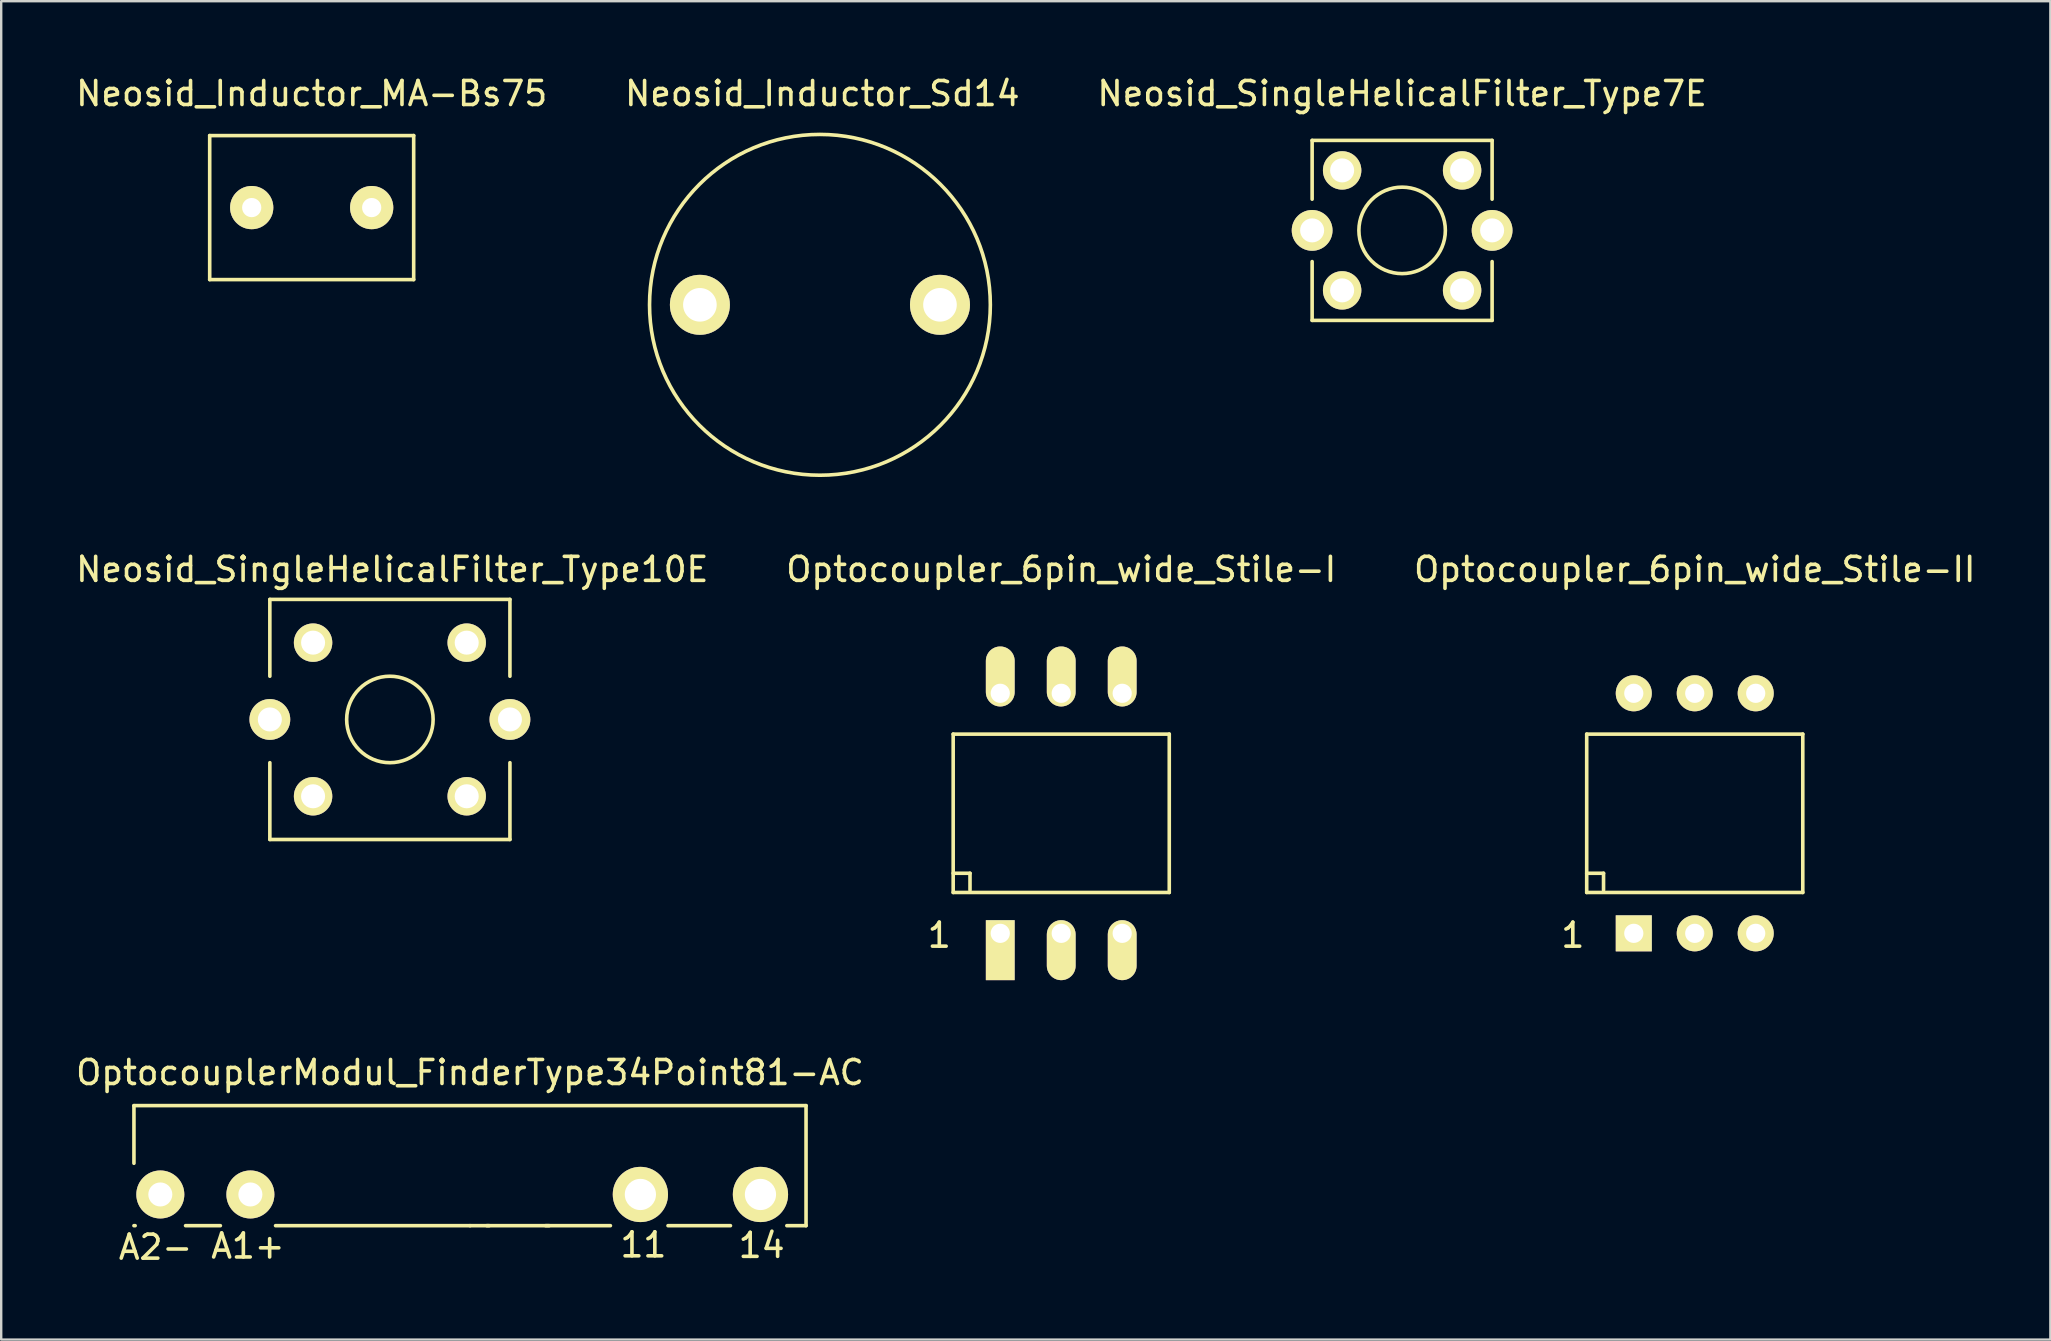
<source format=kicad_pcb>
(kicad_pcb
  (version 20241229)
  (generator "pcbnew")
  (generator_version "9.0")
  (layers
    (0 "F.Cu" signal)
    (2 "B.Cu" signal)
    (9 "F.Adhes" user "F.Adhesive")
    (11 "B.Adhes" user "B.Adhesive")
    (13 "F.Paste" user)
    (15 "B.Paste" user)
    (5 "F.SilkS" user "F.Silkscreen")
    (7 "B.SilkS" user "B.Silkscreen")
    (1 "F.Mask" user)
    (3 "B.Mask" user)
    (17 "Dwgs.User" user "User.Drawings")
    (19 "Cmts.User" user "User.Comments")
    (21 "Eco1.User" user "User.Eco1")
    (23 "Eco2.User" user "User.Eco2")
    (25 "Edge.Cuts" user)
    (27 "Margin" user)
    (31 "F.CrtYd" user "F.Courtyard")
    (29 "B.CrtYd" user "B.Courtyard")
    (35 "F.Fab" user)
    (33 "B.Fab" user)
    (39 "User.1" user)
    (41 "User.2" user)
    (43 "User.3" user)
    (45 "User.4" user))
  (footprint "Neosid_Inductor_MA-Bs75"
    (layer "F.Cu")
    (at 9.935 5.598)
    (property "Reference" "Neosid_Inductor_MA-Bs75" (at 0 -4.75 0) (layer "F.SilkS") (effects (font (size 1 1) (thickness 0.15))))
    (attr through_hole)
    (fp_line (start -4.249 -3) (end -4.249 3) (stroke (width 0.15) (type solid)) (layer "F.SilkS"))
    (fp_line (start -4.249 3) (end 4.249 3) (stroke (width 0.15) (type solid)) (layer "F.SilkS"))
    (fp_line (start 4.249 -3) (end -4.249 -3) (stroke (width 0.15) (type solid)) (layer "F.SilkS"))
    (fp_line (start 4.249 3) (end 4.249 -3) (stroke (width 0.15) (type solid)) (layer "F.SilkS"))
    (pad "1" thru_hole circle (at -2.499 0 180) (size 1.801 1.801) (drill 0.8) (layers "*.Cu" "*.Mask" "F.SilkS"))
    (pad "2" thru_hole circle (at 2.499 0 180) (size 1.801 1.801) (drill 0.8) (layers "*.Cu" "*.Mask" "F.SilkS")))
  (footprint "Optocoupler_6pin_wide_Stile-I"
    (layer "F.Cu")
    (at 41.161 30.832)
    (property "Reference" "Optocoupler_6pin_wide_Stile-I" (at 0 -10.16 0) (layer "F.SilkS") (effects (font (size 1 1) (thickness 0.15))))
    (attr through_hole)
    (fp_line (start -4.501 -3.299) (end 4.501 -3.299) (stroke (width 0.15) (type solid)) (layer "F.SilkS"))
    (fp_line (start -4.501 2.499) (end -3.8 2.499) (stroke (width 0.15) (type solid)) (layer "F.SilkS"))
    (fp_line (start -4.501 3.299) (end -4.501 -3.299) (stroke (width 0.15) (type solid)) (layer "F.SilkS"))
    (fp_line (start -3.8 2.499) (end -3.8 3.2) (stroke (width 0.15) (type solid)) (layer "F.SilkS"))
    (fp_line (start 4.501 -3.299) (end 4.501 3.299) (stroke (width 0.15) (type solid)) (layer "F.SilkS"))
    (fp_line (start 4.501 3.299) (end -4.501 3.299) (stroke (width 0.15) (type solid)) (layer "F.SilkS"))
    (fp_text user "1" (at -5.08 5.08 0) (layer "F.SilkS") (effects (font (size 1 1) (thickness 0.15))))
    (pad "1" thru_hole rect (at -2.54 5.001) (size 1.199 2.499) (drill 0.8 (offset 0 0.701)) (layers "*.Cu" "*.Mask" "F.SilkS"))
    (pad "2" thru_hole oval (at 0 5.001) (size 1.199 2.499) (drill 0.8 (offset 0 0.701)) (layers "*.Cu" "*.Mask" "F.SilkS"))
    (pad "3" thru_hole oval (at 2.54 5.001) (size 1.199 2.499) (drill 0.8 (offset 0 0.701)) (layers "*.Cu" "*.Mask" "F.SilkS"))
    (pad "4" thru_hole oval (at 2.54 -4.999) (size 1.199 2.499) (drill 0.8 (offset 0 -0.701)) (layers "*.Cu" "*.Mask" "F.SilkS"))
    (pad "5" thru_hole oval (at 0 -4.999) (size 1.199 2.499) (drill 0.8 (offset 0 -0.701)) (layers "*.Cu" "*.Mask" "F.SilkS"))
    (pad "6" thru_hole oval (at -2.54 -4.999) (size 1.199 2.499) (drill 0.8 (offset 0 -0.701)) (layers "*.Cu" "*.Mask" "F.SilkS")))
  (footprint "Optocoupler_6pin_wide_Stile-II"
    (layer "F.Cu")
    (at 67.554 30.832)
    (property "Reference" "Optocoupler_6pin_wide_Stile-II" (at 0 -10.16 0) (layer "F.SilkS") (effects (font (size 1 1) (thickness 0.15))))
    (attr through_hole)
    (fp_line (start -4.501 -3.299) (end 4.501 -3.299) (stroke (width 0.15) (type solid)) (layer "F.SilkS"))
    (fp_line (start -4.501 2.499) (end -3.8 2.499) (stroke (width 0.15) (type solid)) (layer "F.SilkS"))
    (fp_line (start -4.501 3.299) (end -4.501 -3.299) (stroke (width 0.15) (type solid)) (layer "F.SilkS"))
    (fp_line (start -3.8 2.499) (end -3.8 3.2) (stroke (width 0.15) (type solid)) (layer "F.SilkS"))
    (fp_line (start 4.501 -3.299) (end 4.501 3.299) (stroke (width 0.15) (type solid)) (layer "F.SilkS"))
    (fp_line (start 4.501 3.299) (end -4.501 3.299) (stroke (width 0.15) (type solid)) (layer "F.SilkS"))
    (fp_text user "1" (at -5.08 5.08 0) (layer "F.SilkS") (effects (font (size 1 1) (thickness 0.15))))
    (pad "1" thru_hole rect (at -2.54 5.001) (size 1.501 1.501) (drill 0.8) (layers "*.Cu" "*.Mask" "F.SilkS"))
    (pad "2" thru_hole circle (at 0 5.001) (size 1.501 1.501) (drill 0.8) (layers "*.Cu" "*.Mask" "F.SilkS"))
    (pad "3" thru_hole circle (at 2.54 5.001) (size 1.501 1.501) (drill 0.8) (layers "*.Cu" "*.Mask" "F.SilkS"))
    (pad "4" thru_hole circle (at 2.54 -4.999) (size 1.501 1.501) (drill 0.8) (layers "*.Cu" "*.Mask" "F.SilkS"))
    (pad "5" thru_hole circle (at 0 -4.999) (size 1.501 1.501) (drill 0.8) (layers "*.Cu" "*.Mask" "F.SilkS"))
    (pad "6" thru_hole circle (at -2.54 -4.999) (size 1.501 1.501) (drill 0.8) (layers "*.Cu" "*.Mask" "F.SilkS")))
  (footprint "Neosid_Inductor_Sd14"
    (layer "F.Cu")
    (at 31.109 9.649)
    (property "Reference" "Neosid_Inductor_Sd14" (at 0.099 -8.801 0) (layer "F.SilkS") (effects (font (size 1 1) (thickness 0.15))))
    (attr through_hole)
    (fp_circle (center 0 0) (end 7.099 0) (stroke (width 0.15) (type solid)) (fill no) (layer "F.SilkS"))
    (pad "1" thru_hole circle (at -5.001 0) (size 2.499 2.499) (drill 1.4) (layers "*.Cu" "*.Mask" "F.SilkS"))
    (pad "2" thru_hole circle (at 5.001 0) (size 2.499 2.499) (drill 1.4) (layers "*.Cu" "*.Mask" "F.SilkS")))
  (footprint "OptocouplerModul_FinderType34Point81-AC"
    (layer "F.Cu")
    (at 16.53 46.712)
    (property "Reference" "OptocouplerModul_FinderType34Point81-AC" (at 0 -5.08 0) (layer "F.SilkS") (effects (font (size 1 1) (thickness 0.15))))
    (attr through_hole)
    (fp_line (start -14 -3.701) (end -14 -1.3) (stroke (width 0.15) (type solid)) (layer "F.SilkS"))
    (fp_line (start -14 1.3) (end -13.95 1.3) (stroke (width 0.15) (type solid)) (layer "F.SilkS"))
    (fp_line (start -11.849 1.3) (end -10.399 1.3) (stroke (width 0.15) (type solid)) (layer "F.SilkS"))
    (fp_line (start -8.1 1.3) (end 0 1.3) (stroke (width 0.15) (type solid)) (layer "F.SilkS"))
    (fp_line (start 0 1.3) (end 0.8 1.3) (stroke (width 0.15) (type solid)) (layer "F.SilkS"))
    (fp_line (start 3.15 1.3) (end 5.85 1.3) (stroke (width 0.15) (type solid)) (layer "F.SilkS"))
    (fp_line (start 3.299 1.3) (end 0.701 1.3) (stroke (width 0.15) (type solid)) (layer "F.SilkS"))
    (fp_line (start 8.25 1.3) (end 10.851 1.3) (stroke (width 0.15) (type solid)) (layer "F.SilkS"))
    (fp_line (start 13.2 1.3) (end 14 1.3) (stroke (width 0.15) (type solid)) (layer "F.SilkS"))
    (fp_line (start 14 -3.701) (end -14 -3.701) (stroke (width 0.15) (type solid)) (layer "F.SilkS"))
    (fp_line (start 14 1.3) (end 14 -3.701) (stroke (width 0.15) (type solid)) (layer "F.SilkS"))
    (fp_text user "14" (at 12.149 2.123 0) (layer "F.SilkS") (effects (font (size 1 1) (thickness 0.15))))
    (fp_text user "11" (at 7.224 2.101 0) (layer "F.SilkS") (effects (font (size 1 1) (thickness 0.15))))
    (fp_text user "A2-" (at -13.101 2.197 0) (layer "F.SilkS") (effects (font (size 1 1) (thickness 0.15))))
    (fp_text user "A1+" (at -9.251 2.149 0) (layer "F.SilkS") (effects (font (size 1 1) (thickness 0.15))))
    (pad "11" thru_hole circle (at 7.099 0) (size 2.301 2.301) (drill 1.3) (layers "*.Cu" "*.Mask" "F.SilkS"))
    (pad "14" thru_hole circle (at 12.101 0) (size 2.301 2.301) (drill 1.3) (layers "*.Cu" "*.Mask" "F.SilkS"))
    (pad "A1" thru_hole circle (at -9.149 0) (size 1.999 1.999) (drill 1.001) (layers "*.Cu" "*.Mask" "F.SilkS"))
    (pad "A2" thru_hole circle (at -12.901 0) (size 1.999 1.999) (drill 1.001) (layers "*.Cu" "*.Mask" "F.SilkS")))
  (footprint "Neosid_SingleHelicalFilter_Type10E"
    (layer "F.Cu")
    (at 13.193 26.923)
    (property "Reference" "Neosid_SingleHelicalFilter_Type10E" (at 0.099 -6.251 0) (layer "F.SilkS") (effects (font (size 1 1) (thickness 0.15))))
    (attr through_hole)
    (fp_line (start -5.001 -5.001) (end -5.001 -1.801) (stroke (width 0.15) (type solid)) (layer "F.SilkS"))
    (fp_line (start -5.001 1.801) (end -5.001 5.001) (stroke (width 0.15) (type solid)) (layer "F.SilkS"))
    (fp_line (start -5.001 5.001) (end 5.001 5.001) (stroke (width 0.15) (type solid)) (layer "F.SilkS"))
    (fp_line (start 5.001 -5.001) (end -5.001 -5.001) (stroke (width 0.15) (type solid)) (layer "F.SilkS"))
    (fp_line (start 5.001 -1.801) (end 5.001 -5.001) (stroke (width 0.15) (type solid)) (layer "F.SilkS"))
    (fp_line (start 5.001 5.001) (end 5.001 1.801) (stroke (width 0.15) (type solid)) (layer "F.SilkS"))
    (fp_circle (center 0 0) (end 1.801 0) (stroke (width 0.15) (type solid)) (fill no) (layer "F.SilkS"))
    (pad "1" thru_hole circle (at 3.2 3.2 90) (size 1.6 1.6) (drill 1.001) (layers "*.Cu" "*.Mask" "F.SilkS"))
    (pad "2" thru_hole circle (at 3.2 -3.2 90) (size 1.6 1.6) (drill 1.001) (layers "*.Cu" "*.Mask" "F.SilkS"))
    (pad "4" thru_hole circle (at -3.2 -3.2 90) (size 1.6 1.6) (drill 1.001) (layers "*.Cu" "*.Mask" "F.SilkS"))
    (pad "5" thru_hole circle (at -3.2 3.2 90) (size 1.6 1.6) (drill 1.001) (layers "*.Cu" "*.Mask" "F.SilkS"))
    (pad "~" thru_hole circle (at -5.001 0 90) (size 1.699 1.699) (drill 1.001) (layers "*.Cu" "*.Mask" "F.SilkS"))
    (pad "~" thru_hole circle (at 5.001 0 90) (size 1.699 1.699) (drill 1.001) (layers "*.Cu" "*.Mask" "F.SilkS")))
  (footprint "Neosid_SingleHelicalFilter_Type7E"
    (layer "F.Cu")
    (at 55.363 6.548)
    (property "Reference" "Neosid_SingleHelicalFilter_Type7E" (at 0 -5.7 0) (layer "F.SilkS") (effects (font (size 1 1) (thickness 0.15))))
    (attr through_hole)
    (fp_line (start -3.749 -3.749) (end -3.749 -1.3) (stroke (width 0.15) (type solid)) (layer "F.SilkS"))
    (fp_line (start -3.749 1.3) (end -3.749 3.749) (stroke (width 0.15) (type solid)) (layer "F.SilkS"))
    (fp_line (start -3.749 3.749) (end 3.749 3.749) (stroke (width 0.15) (type solid)) (layer "F.SilkS"))
    (fp_line (start 3.749 -3.749) (end -3.749 -3.749) (stroke (width 0.15) (type solid)) (layer "F.SilkS"))
    (fp_line (start 3.749 -1.3) (end 3.749 -3.749) (stroke (width 0.15) (type solid)) (layer "F.SilkS"))
    (fp_line (start 3.749 3.749) (end 3.749 1.3) (stroke (width 0.15) (type solid)) (layer "F.SilkS"))
    (fp_circle (center 0 0) (end 1.801 0) (stroke (width 0.15) (type solid)) (fill no) (layer "F.SilkS"))
    (pad "1" thru_hole circle (at 2.499 2.499 90) (size 1.6 1.6) (drill 1.001) (layers "*.Cu" "*.Mask" "F.SilkS"))
    (pad "2" thru_hole circle (at 2.499 -2.499 90) (size 1.6 1.6) (drill 1.001) (layers "*.Cu" "*.Mask" "F.SilkS"))
    (pad "4" thru_hole circle (at -2.499 -2.499 90) (size 1.6 1.6) (drill 1.001) (layers "*.Cu" "*.Mask" "F.SilkS"))
    (pad "5" thru_hole circle (at -2.499 2.499 90) (size 1.6 1.6) (drill 1.001) (layers "*.Cu" "*.Mask" "F.SilkS"))
    (pad "~" thru_hole circle (at -3.749 0 90) (size 1.699 1.699) (drill 1.001) (layers "*.Cu" "*.Mask" "F.SilkS"))
    (pad "~" thru_hole circle (at 3.749 0 90) (size 1.699 1.699) (drill 1.001) (layers "*.Cu" "*.Mask" "F.SilkS")))
  (gr_rect
    (start -3 -3)
    (end 82.369 52.757)
    (stroke (width 0.1) (type default))
    (fill no)
    (layer "Edge.Cuts")))
</source>
